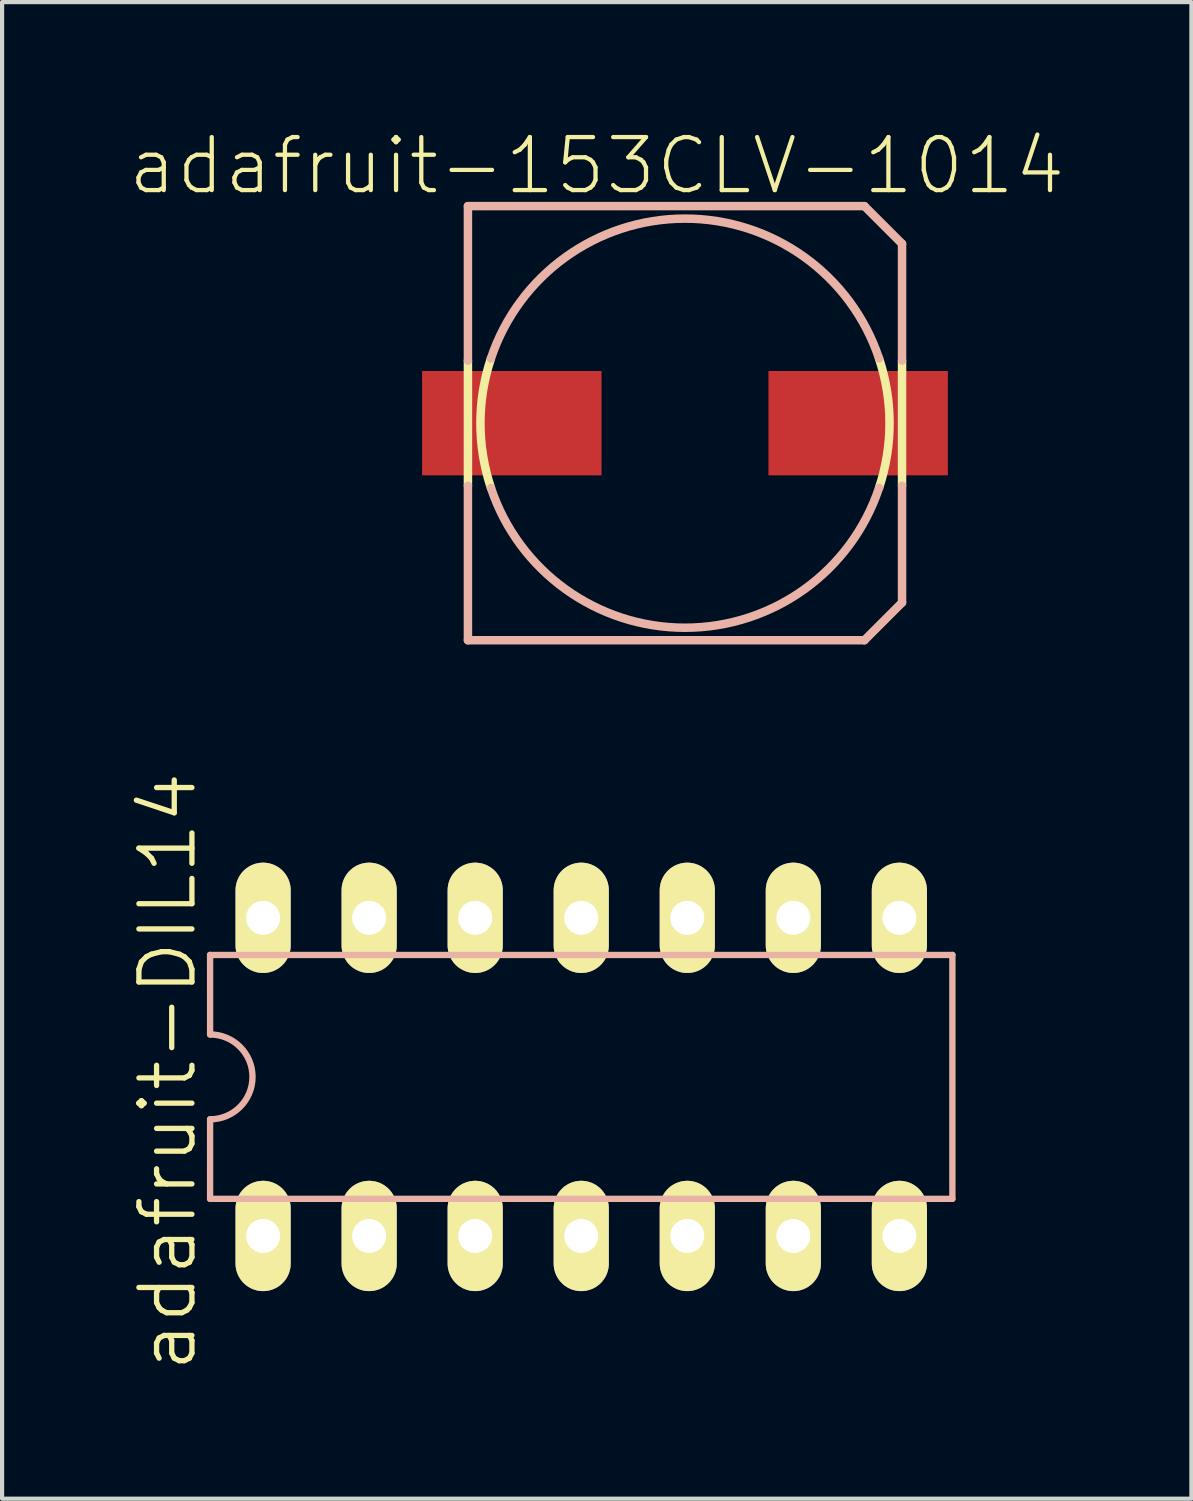
<source format=kicad_pcb>
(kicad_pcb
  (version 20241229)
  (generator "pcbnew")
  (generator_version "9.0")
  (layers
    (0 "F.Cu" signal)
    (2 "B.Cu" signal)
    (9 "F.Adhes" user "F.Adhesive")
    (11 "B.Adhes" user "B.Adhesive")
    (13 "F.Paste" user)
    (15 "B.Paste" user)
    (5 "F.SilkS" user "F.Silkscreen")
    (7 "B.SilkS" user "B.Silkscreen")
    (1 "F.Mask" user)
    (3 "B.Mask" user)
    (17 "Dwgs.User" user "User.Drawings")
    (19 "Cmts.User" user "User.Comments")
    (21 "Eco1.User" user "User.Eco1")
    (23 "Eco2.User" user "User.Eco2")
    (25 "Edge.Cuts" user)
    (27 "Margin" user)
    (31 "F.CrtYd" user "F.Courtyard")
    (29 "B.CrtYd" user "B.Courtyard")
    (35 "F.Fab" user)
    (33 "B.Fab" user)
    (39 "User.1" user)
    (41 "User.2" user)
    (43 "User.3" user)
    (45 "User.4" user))
  (footprint "adafruit-153CLV-1014"
    (layer "F.Cu")
    (at 13.357 7.086)
    (property "Reference" "adafruit-153CLV-1014" (at -2.113 -6.165 0) (layer "F.SilkS") (effects (font (size 1.27 1.27) (thickness 0.102))))
    (attr smd)
    (fp_line (start -5.199 1.499) (end -5.199 -1.499) (stroke (width 0.203) (type solid)) (layer "F.SilkS"))
    (fp_line (start 5.199 -1.499) (end 5.199 1.499) (stroke (width 0.203) (type solid)) (layer "F.SilkS"))
    (fp_arc (start -4.6482 1.5494) (mid -4.899632 0.002989) (end -4.650087 -1.543728) (stroke (width 0.2032) (type solid)) (layer "F.SilkS"))
    (fp_arc (start 4.6482 -1.5494) (mid 4.899632 -0.002989) (end 4.650087 1.543728) (stroke (width 0.2032) (type solid)) (layer "F.SilkS"))
    (fp_line (start -5.199 -5.199) (end 4.298 -5.199) (stroke (width 0.203) (type solid)) (layer "B.SilkS"))
    (fp_line (start -5.199 -1.499) (end -5.199 -5.199) (stroke (width 0.203) (type solid)) (layer "B.SilkS"))
    (fp_line (start -5.199 5.199) (end -5.199 1.499) (stroke (width 0.203) (type solid)) (layer "B.SilkS"))
    (fp_line (start 4.298 -5.199) (end 5.199 -4.298) (stroke (width 0.203) (type solid)) (layer "B.SilkS"))
    (fp_line (start 4.298 5.199) (end -5.199 5.199) (stroke (width 0.203) (type solid)) (layer "B.SilkS"))
    (fp_line (start 5.199 -4.298) (end 5.199 -1.499) (stroke (width 0.203) (type solid)) (layer "B.SilkS"))
    (fp_line (start 5.199 1.499) (end 5.199 4.298) (stroke (width 0.203) (type solid)) (layer "B.SilkS"))
    (fp_line (start 5.199 4.298) (end 4.298 5.199) (stroke (width 0.203) (type solid)) (layer "B.SilkS"))
    (fp_arc (start -4.6482 -1.5494) (mid -0.001287 -4.899633) (end 4.647385 -1.551842) (stroke (width 0.2032) (type solid)) (layer "B.SilkS"))
    (fp_arc (start 4.6482 1.5494) (mid 0.001287 4.899633) (end -4.647385 1.551842) (stroke (width 0.2032) (type solid)) (layer "B.SilkS"))
    (pad "+" smd rect (at 4.148 0) (size 4.298 2.499) (layers "F.Cu" "F.Mask" "F.Paste"))
    (pad "-" smd rect (at -4.148 0) (size 4.298 2.499) (layers "F.Cu" "F.Mask" "F.Paste")))
  (footprint "adafruit-DIL14"
    (layer "F.Cu")
    (at 10.872 22.744)
    (property "Reference" "adafruit-DIL14" (at -9.906 -0.127 90) (layer "F.SilkS") (effects (font (size 1.27 1.27) (thickness 0.127))))
    (attr exclude_from_pos_files exclude_from_bom)
    (fp_line (start -8.89 -2.921) (end -8.89 -1.016) (stroke (width 0.152) (type solid)) (layer "B.SilkS"))
    (fp_line (start -8.89 2.921) (end -8.89 1.016) (stroke (width 0.152) (type solid)) (layer "B.SilkS"))
    (fp_line (start -8.89 2.921) (end 8.89 2.921) (stroke (width 0.152) (type solid)) (layer "B.SilkS"))
    (fp_line (start 8.89 -2.921) (end -8.89 -2.921) (stroke (width 0.152) (type solid)) (layer "B.SilkS"))
    (fp_line (start 8.89 -2.921) (end 8.89 2.921) (stroke (width 0.152) (type solid)) (layer "B.SilkS"))
    (fp_arc (start -8.89 -1.016) (mid -7.874 0) (end -8.89 1.016) (stroke (width 0.1524) (type solid)) (layer "B.SilkS"))
    (pad "1" thru_hole oval (at -7.62 3.81 180) (size 1.321 2.642) (drill 0.813) (layers "*.Cu" "F.Mask" "F.SilkS" "F.Paste"))
    (pad "2" thru_hole oval (at -5.08 3.81 180) (size 1.321 2.642) (drill 0.813) (layers "*.Cu" "F.Mask" "F.SilkS" "F.Paste"))
    (pad "3" thru_hole oval (at -2.54 3.81 180) (size 1.321 2.642) (drill 0.813) (layers "*.Cu" "F.Mask" "F.SilkS" "F.Paste"))
    (pad "4" thru_hole oval (at 0 3.81 180) (size 1.321 2.642) (drill 0.813) (layers "*.Cu" "F.Mask" "F.SilkS" "F.Paste"))
    (pad "5" thru_hole oval (at 2.54 3.81 180) (size 1.321 2.642) (drill 0.813) (layers "*.Cu" "F.Mask" "F.SilkS" "F.Paste"))
    (pad "6" thru_hole oval (at 5.08 3.81 180) (size 1.321 2.642) (drill 0.813) (layers "*.Cu" "F.Mask" "F.SilkS" "F.Paste"))
    (pad "7" thru_hole oval (at 7.62 3.81 180) (size 1.321 2.642) (drill 0.813) (layers "*.Cu" "F.Mask" "F.SilkS" "F.Paste"))
    (pad "8" thru_hole oval (at 7.62 -3.81 180) (size 1.321 2.642) (drill 0.813) (layers "*.Cu" "F.Mask" "F.SilkS" "F.Paste"))
    (pad "9" thru_hole oval (at 5.08 -3.81 180) (size 1.321 2.642) (drill 0.813) (layers "*.Cu" "F.Mask" "F.SilkS" "F.Paste"))
    (pad "10" thru_hole oval (at 2.54 -3.81 180) (size 1.321 2.642) (drill 0.813) (layers "*.Cu" "F.Mask" "F.SilkS" "F.Paste"))
    (pad "11" thru_hole oval (at 0 -3.81 180) (size 1.321 2.642) (drill 0.813) (layers "*.Cu" "F.Mask" "F.SilkS" "F.Paste"))
    (pad "12" thru_hole oval (at -2.54 -3.81 180) (size 1.321 2.642) (drill 0.813) (layers "*.Cu" "F.Mask" "F.SilkS" "F.Paste"))
    (pad "13" thru_hole oval (at -5.08 -3.81 180) (size 1.321 2.642) (drill 0.813) (layers "*.Cu" "F.Mask" "F.SilkS" "F.Paste"))
    (pad "14" thru_hole oval (at -7.62 -3.81 180) (size 1.321 2.642) (drill 0.813) (layers "*.Cu" "F.Mask" "F.SilkS" "F.Paste")))
  (gr_rect
    (start -3 -3)
    (end 25.487 32.847)
    (stroke (width 0.1) (type default))
    (fill no)
    (layer "Edge.Cuts")))
</source>
